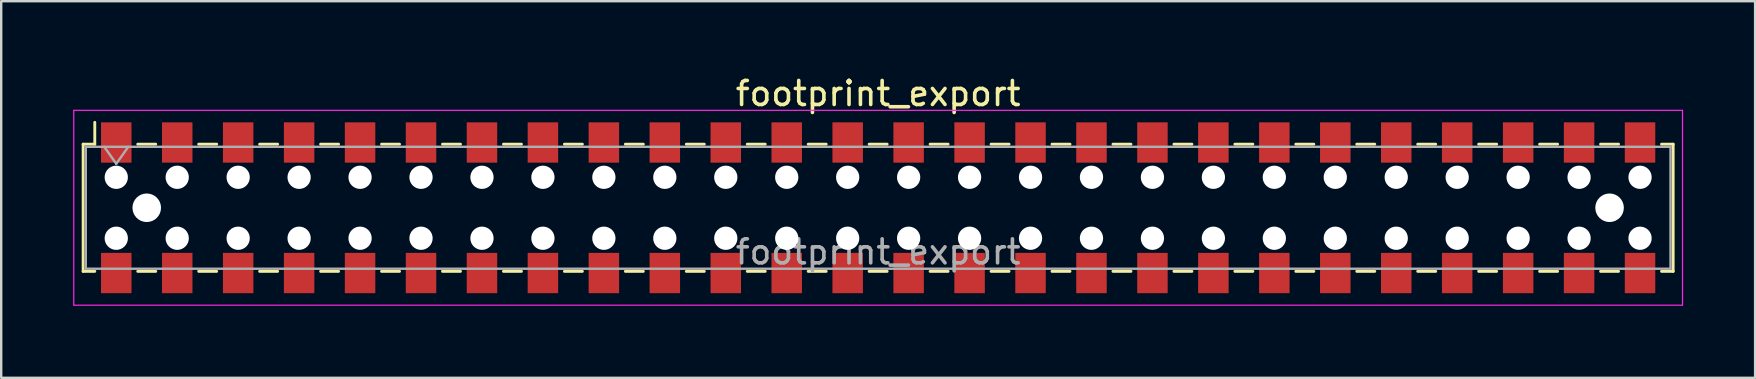
<source format=kicad_pcb>
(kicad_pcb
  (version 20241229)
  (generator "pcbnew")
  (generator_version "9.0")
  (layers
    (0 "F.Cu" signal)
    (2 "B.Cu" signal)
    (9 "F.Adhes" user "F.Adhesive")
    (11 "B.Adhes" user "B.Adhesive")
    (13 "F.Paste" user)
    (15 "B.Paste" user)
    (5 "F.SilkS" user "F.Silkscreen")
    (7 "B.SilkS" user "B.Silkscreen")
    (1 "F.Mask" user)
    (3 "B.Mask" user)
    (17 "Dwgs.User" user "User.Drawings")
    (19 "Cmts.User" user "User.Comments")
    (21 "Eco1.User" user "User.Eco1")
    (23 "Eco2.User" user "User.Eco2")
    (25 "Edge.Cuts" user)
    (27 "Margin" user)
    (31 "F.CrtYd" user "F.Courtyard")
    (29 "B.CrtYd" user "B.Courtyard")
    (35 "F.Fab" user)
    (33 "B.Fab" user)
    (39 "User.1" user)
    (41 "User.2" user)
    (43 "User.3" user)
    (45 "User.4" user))
  (footprint "footprint_export"
    (layer "F.Cu")
    (at 33.545 5.608)
    (property "Reference" "footprint_export" (at 0 -4.76 0) (layer "F.SilkS") (effects (font (size 1 1) (thickness 0.15))))
    (attr smd)
    (fp_line (start -33.13 -2.65) (end -33.13 2.65) (stroke (width 0.12) (type solid)) (layer "F.SilkS"))
    (fp_line (start -33.13 2.65) (end -32.645 2.65) (stroke (width 0.12) (type solid)) (layer "F.SilkS"))
    (fp_line (start -32.645 -3.56) (end -32.645 -2.65) (stroke (width 0.12) (type solid)) (layer "F.SilkS"))
    (fp_line (start -32.645 -2.65) (end -33.13 -2.65) (stroke (width 0.12) (type solid)) (layer "F.SilkS"))
    (fp_line (start -30.855 -2.65) (end -30.105 -2.65) (stroke (width 0.12) (type solid)) (layer "F.SilkS"))
    (fp_line (start -30.855 2.65) (end -30.105 2.65) (stroke (width 0.12) (type solid)) (layer "F.SilkS"))
    (fp_line (start -28.315 -2.65) (end -27.565 -2.65) (stroke (width 0.12) (type solid)) (layer "F.SilkS"))
    (fp_line (start -28.315 2.65) (end -27.565 2.65) (stroke (width 0.12) (type solid)) (layer "F.SilkS"))
    (fp_line (start -25.775 -2.65) (end -25.025 -2.65) (stroke (width 0.12) (type solid)) (layer "F.SilkS"))
    (fp_line (start -25.775 2.65) (end -25.025 2.65) (stroke (width 0.12) (type solid)) (layer "F.SilkS"))
    (fp_line (start -23.235 -2.65) (end -22.485 -2.65) (stroke (width 0.12) (type solid)) (layer "F.SilkS"))
    (fp_line (start -23.235 2.65) (end -22.485 2.65) (stroke (width 0.12) (type solid)) (layer "F.SilkS"))
    (fp_line (start -20.695 -2.65) (end -19.945 -2.65) (stroke (width 0.12) (type solid)) (layer "F.SilkS"))
    (fp_line (start -20.695 2.65) (end -19.945 2.65) (stroke (width 0.12) (type solid)) (layer "F.SilkS"))
    (fp_line (start -18.155 -2.65) (end -17.405 -2.65) (stroke (width 0.12) (type solid)) (layer "F.SilkS"))
    (fp_line (start -18.155 2.65) (end -17.405 2.65) (stroke (width 0.12) (type solid)) (layer "F.SilkS"))
    (fp_line (start -15.615 -2.65) (end -14.865 -2.65) (stroke (width 0.12) (type solid)) (layer "F.SilkS"))
    (fp_line (start -15.615 2.65) (end -14.865 2.65) (stroke (width 0.12) (type solid)) (layer "F.SilkS"))
    (fp_line (start -13.075 -2.65) (end -12.325 -2.65) (stroke (width 0.12) (type solid)) (layer "F.SilkS"))
    (fp_line (start -13.075 2.65) (end -12.325 2.65) (stroke (width 0.12) (type solid)) (layer "F.SilkS"))
    (fp_line (start -10.535 -2.65) (end -9.785 -2.65) (stroke (width 0.12) (type solid)) (layer "F.SilkS"))
    (fp_line (start -10.535 2.65) (end -9.785 2.65) (stroke (width 0.12) (type solid)) (layer "F.SilkS"))
    (fp_line (start -7.995 -2.65) (end -7.245 -2.65) (stroke (width 0.12) (type solid)) (layer "F.SilkS"))
    (fp_line (start -7.995 2.65) (end -7.245 2.65) (stroke (width 0.12) (type solid)) (layer "F.SilkS"))
    (fp_line (start -5.455 -2.65) (end -4.705 -2.65) (stroke (width 0.12) (type solid)) (layer "F.SilkS"))
    (fp_line (start -5.455 2.65) (end -4.705 2.65) (stroke (width 0.12) (type solid)) (layer "F.SilkS"))
    (fp_line (start -2.915 -2.65) (end -2.165 -2.65) (stroke (width 0.12) (type solid)) (layer "F.SilkS"))
    (fp_line (start -2.915 2.65) (end -2.165 2.65) (stroke (width 0.12) (type solid)) (layer "F.SilkS"))
    (fp_line (start -0.375 -2.65) (end 0.375 -2.65) (stroke (width 0.12) (type solid)) (layer "F.SilkS"))
    (fp_line (start -0.375 2.65) (end 0.375 2.65) (stroke (width 0.12) (type solid)) (layer "F.SilkS"))
    (fp_line (start 2.165 -2.65) (end 2.915 -2.65) (stroke (width 0.12) (type solid)) (layer "F.SilkS"))
    (fp_line (start 2.165 2.65) (end 2.915 2.65) (stroke (width 0.12) (type solid)) (layer "F.SilkS"))
    (fp_line (start 4.705 -2.65) (end 5.455 -2.65) (stroke (width 0.12) (type solid)) (layer "F.SilkS"))
    (fp_line (start 4.705 2.65) (end 5.455 2.65) (stroke (width 0.12) (type solid)) (layer "F.SilkS"))
    (fp_line (start 7.245 -2.65) (end 7.995 -2.65) (stroke (width 0.12) (type solid)) (layer "F.SilkS"))
    (fp_line (start 7.245 2.65) (end 7.995 2.65) (stroke (width 0.12) (type solid)) (layer "F.SilkS"))
    (fp_line (start 9.785 -2.65) (end 10.535 -2.65) (stroke (width 0.12) (type solid)) (layer "F.SilkS"))
    (fp_line (start 9.785 2.65) (end 10.535 2.65) (stroke (width 0.12) (type solid)) (layer "F.SilkS"))
    (fp_line (start 12.325 -2.65) (end 13.075 -2.65) (stroke (width 0.12) (type solid)) (layer "F.SilkS"))
    (fp_line (start 12.325 2.65) (end 13.075 2.65) (stroke (width 0.12) (type solid)) (layer "F.SilkS"))
    (fp_line (start 14.865 -2.65) (end 15.615 -2.65) (stroke (width 0.12) (type solid)) (layer "F.SilkS"))
    (fp_line (start 14.865 2.65) (end 15.615 2.65) (stroke (width 0.12) (type solid)) (layer "F.SilkS"))
    (fp_line (start 17.405 -2.65) (end 18.155 -2.65) (stroke (width 0.12) (type solid)) (layer "F.SilkS"))
    (fp_line (start 17.405 2.65) (end 18.155 2.65) (stroke (width 0.12) (type solid)) (layer "F.SilkS"))
    (fp_line (start 19.945 -2.65) (end 20.695 -2.65) (stroke (width 0.12) (type solid)) (layer "F.SilkS"))
    (fp_line (start 19.945 2.65) (end 20.695 2.65) (stroke (width 0.12) (type solid)) (layer "F.SilkS"))
    (fp_line (start 22.485 -2.65) (end 23.235 -2.65) (stroke (width 0.12) (type solid)) (layer "F.SilkS"))
    (fp_line (start 22.485 2.65) (end 23.235 2.65) (stroke (width 0.12) (type solid)) (layer "F.SilkS"))
    (fp_line (start 25.025 -2.65) (end 25.775 -2.65) (stroke (width 0.12) (type solid)) (layer "F.SilkS"))
    (fp_line (start 25.025 2.65) (end 25.775 2.65) (stroke (width 0.12) (type solid)) (layer "F.SilkS"))
    (fp_line (start 27.565 -2.65) (end 28.315 -2.65) (stroke (width 0.12) (type solid)) (layer "F.SilkS"))
    (fp_line (start 27.565 2.65) (end 28.315 2.65) (stroke (width 0.12) (type solid)) (layer "F.SilkS"))
    (fp_line (start 30.105 -2.65) (end 30.855 -2.65) (stroke (width 0.12) (type solid)) (layer "F.SilkS"))
    (fp_line (start 30.105 2.65) (end 30.855 2.65) (stroke (width 0.12) (type solid)) (layer "F.SilkS"))
    (fp_line (start 32.645 -2.65) (end 33.13 -2.65) (stroke (width 0.12) (type solid)) (layer "F.SilkS"))
    (fp_line (start 33.13 -2.65) (end 33.13 2.65) (stroke (width 0.12) (type solid)) (layer "F.SilkS"))
    (fp_line (start 33.13 2.65) (end 32.645 2.65) (stroke (width 0.12) (type solid)) (layer "F.SilkS"))
    (fp_line (start -33.52 -4.06) (end 33.52 -4.06) (stroke (width 0.05) (type solid)) (layer "F.CrtYd"))
    (fp_line (start -33.52 4.06) (end -33.52 -4.06) (stroke (width 0.05) (type solid)) (layer "F.CrtYd"))
    (fp_line (start 33.52 -4.06) (end 33.52 4.06) (stroke (width 0.05) (type solid)) (layer "F.CrtYd"))
    (fp_line (start 33.52 4.06) (end -33.52 4.06) (stroke (width 0.05) (type solid)) (layer "F.CrtYd"))
    (fp_line (start -33.02 -2.54) (end 33.02 -2.54) (stroke (width 0.1) (type solid)) (layer "F.Fab"))
    (fp_line (start -33.02 2.54) (end -33.02 -2.54) (stroke (width 0.1) (type solid)) (layer "F.Fab"))
    (fp_line (start -32.25 -2.54) (end -31.75 -1.833) (stroke (width 0.1) (type solid)) (layer "F.Fab"))
    (fp_line (start -31.75 -1.833) (end -31.25 -2.54) (stroke (width 0.1) (type solid)) (layer "F.Fab"))
    (fp_line (start 33.02 -2.54) (end 33.02 2.54) (stroke (width 0.1) (type solid)) (layer "F.Fab"))
    (fp_line (start 33.02 2.54) (end -33.02 2.54) (stroke (width 0.1) (type solid)) (layer "F.Fab"))
    (fp_text user "${REFERENCE}" (at 0 1.84 0) (layer "F.Fab") (effects (font (size 1 1) (thickness 0.15))))
    (pad "" np_thru_hole circle (at -31.75 -1.27) (size 0.97 0.97) (drill 0.97) (layers "*.Cu" "*.Mask"))
    (pad "" np_thru_hole circle (at -31.75 1.27) (size 0.97 0.97) (drill 0.97) (layers "*.Cu" "*.Mask"))
    (pad "" np_thru_hole circle (at -30.48 0) (size 1.19 1.19) (drill 1.19) (layers "*.Cu" "*.Mask"))
    (pad "" np_thru_hole circle (at -29.21 -1.27) (size 0.97 0.97) (drill 0.97) (layers "*.Cu" "*.Mask"))
    (pad "" np_thru_hole circle (at -29.21 1.27) (size 0.97 0.97) (drill 0.97) (layers "*.Cu" "*.Mask"))
    (pad "" np_thru_hole circle (at -26.67 -1.27) (size 0.97 0.97) (drill 0.97) (layers "*.Cu" "*.Mask"))
    (pad "" np_thru_hole circle (at -26.67 1.27) (size 0.97 0.97) (drill 0.97) (layers "*.Cu" "*.Mask"))
    (pad "" np_thru_hole circle (at -24.13 -1.27) (size 0.97 0.97) (drill 0.97) (layers "*.Cu" "*.Mask"))
    (pad "" np_thru_hole circle (at -24.13 1.27) (size 0.97 0.97) (drill 0.97) (layers "*.Cu" "*.Mask"))
    (pad "" np_thru_hole circle (at -21.59 -1.27) (size 0.97 0.97) (drill 0.97) (layers "*.Cu" "*.Mask"))
    (pad "" np_thru_hole circle (at -21.59 1.27) (size 0.97 0.97) (drill 0.97) (layers "*.Cu" "*.Mask"))
    (pad "" np_thru_hole circle (at -19.05 -1.27) (size 0.97 0.97) (drill 0.97) (layers "*.Cu" "*.Mask"))
    (pad "" np_thru_hole circle (at -19.05 1.27) (size 0.97 0.97) (drill 0.97) (layers "*.Cu" "*.Mask"))
    (pad "" np_thru_hole circle (at -16.51 -1.27) (size 0.97 0.97) (drill 0.97) (layers "*.Cu" "*.Mask"))
    (pad "" np_thru_hole circle (at -16.51 1.27) (size 0.97 0.97) (drill 0.97) (layers "*.Cu" "*.Mask"))
    (pad "" np_thru_hole circle (at -13.97 -1.27) (size 0.97 0.97) (drill 0.97) (layers "*.Cu" "*.Mask"))
    (pad "" np_thru_hole circle (at -13.97 1.27) (size 0.97 0.97) (drill 0.97) (layers "*.Cu" "*.Mask"))
    (pad "" np_thru_hole circle (at -11.43 -1.27) (size 0.97 0.97) (drill 0.97) (layers "*.Cu" "*.Mask"))
    (pad "" np_thru_hole circle (at -11.43 1.27) (size 0.97 0.97) (drill 0.97) (layers "*.Cu" "*.Mask"))
    (pad "" np_thru_hole circle (at -8.89 -1.27) (size 0.97 0.97) (drill 0.97) (layers "*.Cu" "*.Mask"))
    (pad "" np_thru_hole circle (at -8.89 1.27) (size 0.97 0.97) (drill 0.97) (layers "*.Cu" "*.Mask"))
    (pad "" np_thru_hole circle (at -6.35 -1.27) (size 0.97 0.97) (drill 0.97) (layers "*.Cu" "*.Mask"))
    (pad "" np_thru_hole circle (at -6.35 1.27) (size 0.97 0.97) (drill 0.97) (layers "*.Cu" "*.Mask"))
    (pad "" np_thru_hole circle (at -3.81 -1.27) (size 0.97 0.97) (drill 0.97) (layers "*.Cu" "*.Mask"))
    (pad "" np_thru_hole circle (at -3.81 1.27) (size 0.97 0.97) (drill 0.97) (layers "*.Cu" "*.Mask"))
    (pad "" np_thru_hole circle (at -1.27 -1.27) (size 0.97 0.97) (drill 0.97) (layers "*.Cu" "*.Mask"))
    (pad "" np_thru_hole circle (at -1.27 1.27) (size 0.97 0.97) (drill 0.97) (layers "*.Cu" "*.Mask"))
    (pad "" np_thru_hole circle (at 1.27 -1.27) (size 0.97 0.97) (drill 0.97) (layers "*.Cu" "*.Mask"))
    (pad "" np_thru_hole circle (at 1.27 1.27) (size 0.97 0.97) (drill 0.97) (layers "*.Cu" "*.Mask"))
    (pad "" np_thru_hole circle (at 3.81 -1.27) (size 0.97 0.97) (drill 0.97) (layers "*.Cu" "*.Mask"))
    (pad "" np_thru_hole circle (at 3.81 1.27) (size 0.97 0.97) (drill 0.97) (layers "*.Cu" "*.Mask"))
    (pad "" np_thru_hole circle (at 6.35 -1.27) (size 0.97 0.97) (drill 0.97) (layers "*.Cu" "*.Mask"))
    (pad "" np_thru_hole circle (at 6.35 1.27) (size 0.97 0.97) (drill 0.97) (layers "*.Cu" "*.Mask"))
    (pad "" np_thru_hole circle (at 8.89 -1.27) (size 0.97 0.97) (drill 0.97) (layers "*.Cu" "*.Mask"))
    (pad "" np_thru_hole circle (at 8.89 1.27) (size 0.97 0.97) (drill 0.97) (layers "*.Cu" "*.Mask"))
    (pad "" np_thru_hole circle (at 11.43 -1.27) (size 0.97 0.97) (drill 0.97) (layers "*.Cu" "*.Mask"))
    (pad "" np_thru_hole circle (at 11.43 1.27) (size 0.97 0.97) (drill 0.97) (layers "*.Cu" "*.Mask"))
    (pad "" np_thru_hole circle (at 13.97 -1.27) (size 0.97 0.97) (drill 0.97) (layers "*.Cu" "*.Mask"))
    (pad "" np_thru_hole circle (at 13.97 1.27) (size 0.97 0.97) (drill 0.97) (layers "*.Cu" "*.Mask"))
    (pad "" np_thru_hole circle (at 16.51 -1.27) (size 0.97 0.97) (drill 0.97) (layers "*.Cu" "*.Mask"))
    (pad "" np_thru_hole circle (at 16.51 1.27) (size 0.97 0.97) (drill 0.97) (layers "*.Cu" "*.Mask"))
    (pad "" np_thru_hole circle (at 19.05 -1.27) (size 0.97 0.97) (drill 0.97) (layers "*.Cu" "*.Mask"))
    (pad "" np_thru_hole circle (at 19.05 1.27) (size 0.97 0.97) (drill 0.97) (layers "*.Cu" "*.Mask"))
    (pad "" np_thru_hole circle (at 21.59 -1.27) (size 0.97 0.97) (drill 0.97) (layers "*.Cu" "*.Mask"))
    (pad "" np_thru_hole circle (at 21.59 1.27) (size 0.97 0.97) (drill 0.97) (layers "*.Cu" "*.Mask"))
    (pad "" np_thru_hole circle (at 24.13 -1.27) (size 0.97 0.97) (drill 0.97) (layers "*.Cu" "*.Mask"))
    (pad "" np_thru_hole circle (at 24.13 1.27) (size 0.97 0.97) (drill 0.97) (layers "*.Cu" "*.Mask"))
    (pad "" np_thru_hole circle (at 26.67 -1.27) (size 0.97 0.97) (drill 0.97) (layers "*.Cu" "*.Mask"))
    (pad "" np_thru_hole circle (at 26.67 1.27) (size 0.97 0.97) (drill 0.97) (layers "*.Cu" "*.Mask"))
    (pad "" np_thru_hole circle (at 29.21 -1.27) (size 0.97 0.97) (drill 0.97) (layers "*.Cu" "*.Mask"))
    (pad "" np_thru_hole circle (at 29.21 1.27) (size 0.97 0.97) (drill 0.97) (layers "*.Cu" "*.Mask"))
    (pad "" np_thru_hole circle (at 30.48 0) (size 1.19 1.19) (drill 1.19) (layers "*.Cu" "*.Mask"))
    (pad "" np_thru_hole circle (at 31.75 -1.27) (size 0.97 0.97) (drill 0.97) (layers "*.Cu" "*.Mask"))
    (pad "" np_thru_hole circle (at 31.75 1.27) (size 0.97 0.97) (drill 0.97) (layers "*.Cu" "*.Mask"))
    (pad "1" smd rect (at -31.75 -2.72) (size 1.27 1.68) (layers "F.Cu" "F.Mask" "F.Paste"))
    (pad "2" smd rect (at -31.75 2.72) (size 1.27 1.68) (layers "F.Cu" "F.Mask" "F.Paste"))
    (pad "3" smd rect (at -29.21 -2.72) (size 1.27 1.68) (layers "F.Cu" "F.Mask" "F.Paste"))
    (pad "4" smd rect (at -29.21 2.72) (size 1.27 1.68) (layers "F.Cu" "F.Mask" "F.Paste"))
    (pad "5" smd rect (at -26.67 -2.72) (size 1.27 1.68) (layers "F.Cu" "F.Mask" "F.Paste"))
    (pad "6" smd rect (at -26.67 2.72) (size 1.27 1.68) (layers "F.Cu" "F.Mask" "F.Paste"))
    (pad "7" smd rect (at -24.13 -2.72) (size 1.27 1.68) (layers "F.Cu" "F.Mask" "F.Paste"))
    (pad "8" smd rect (at -24.13 2.72) (size 1.27 1.68) (layers "F.Cu" "F.Mask" "F.Paste"))
    (pad "9" smd rect (at -21.59 -2.72) (size 1.27 1.68) (layers "F.Cu" "F.Mask" "F.Paste"))
    (pad "10" smd rect (at -21.59 2.72) (size 1.27 1.68) (layers "F.Cu" "F.Mask" "F.Paste"))
    (pad "11" smd rect (at -19.05 -2.72) (size 1.27 1.68) (layers "F.Cu" "F.Mask" "F.Paste"))
    (pad "12" smd rect (at -19.05 2.72) (size 1.27 1.68) (layers "F.Cu" "F.Mask" "F.Paste"))
    (pad "13" smd rect (at -16.51 -2.72) (size 1.27 1.68) (layers "F.Cu" "F.Mask" "F.Paste"))
    (pad "14" smd rect (at -16.51 2.72) (size 1.27 1.68) (layers "F.Cu" "F.Mask" "F.Paste"))
    (pad "15" smd rect (at -13.97 -2.72) (size 1.27 1.68) (layers "F.Cu" "F.Mask" "F.Paste"))
    (pad "16" smd rect (at -13.97 2.72) (size 1.27 1.68) (layers "F.Cu" "F.Mask" "F.Paste"))
    (pad "17" smd rect (at -11.43 -2.72) (size 1.27 1.68) (layers "F.Cu" "F.Mask" "F.Paste"))
    (pad "18" smd rect (at -11.43 2.72) (size 1.27 1.68) (layers "F.Cu" "F.Mask" "F.Paste"))
    (pad "19" smd rect (at -8.89 -2.72) (size 1.27 1.68) (layers "F.Cu" "F.Mask" "F.Paste"))
    (pad "20" smd rect (at -8.89 2.72) (size 1.27 1.68) (layers "F.Cu" "F.Mask" "F.Paste"))
    (pad "21" smd rect (at -6.35 -2.72) (size 1.27 1.68) (layers "F.Cu" "F.Mask" "F.Paste"))
    (pad "22" smd rect (at -6.35 2.72) (size 1.27 1.68) (layers "F.Cu" "F.Mask" "F.Paste"))
    (pad "23" smd rect (at -3.81 -2.72) (size 1.27 1.68) (layers "F.Cu" "F.Mask" "F.Paste"))
    (pad "24" smd rect (at -3.81 2.72) (size 1.27 1.68) (layers "F.Cu" "F.Mask" "F.Paste"))
    (pad "25" smd rect (at -1.27 -2.72) (size 1.27 1.68) (layers "F.Cu" "F.Mask" "F.Paste"))
    (pad "26" smd rect (at -1.27 2.72) (size 1.27 1.68) (layers "F.Cu" "F.Mask" "F.Paste"))
    (pad "27" smd rect (at 1.27 -2.72) (size 1.27 1.68) (layers "F.Cu" "F.Mask" "F.Paste"))
    (pad "28" smd rect (at 1.27 2.72) (size 1.27 1.68) (layers "F.Cu" "F.Mask" "F.Paste"))
    (pad "29" smd rect (at 3.81 -2.72) (size 1.27 1.68) (layers "F.Cu" "F.Mask" "F.Paste"))
    (pad "30" smd rect (at 3.81 2.72) (size 1.27 1.68) (layers "F.Cu" "F.Mask" "F.Paste"))
    (pad "31" smd rect (at 6.35 -2.72) (size 1.27 1.68) (layers "F.Cu" "F.Mask" "F.Paste"))
    (pad "32" smd rect (at 6.35 2.72) (size 1.27 1.68) (layers "F.Cu" "F.Mask" "F.Paste"))
    (pad "33" smd rect (at 8.89 -2.72) (size 1.27 1.68) (layers "F.Cu" "F.Mask" "F.Paste"))
    (pad "34" smd rect (at 8.89 2.72) (size 1.27 1.68) (layers "F.Cu" "F.Mask" "F.Paste"))
    (pad "35" smd rect (at 11.43 -2.72) (size 1.27 1.68) (layers "F.Cu" "F.Mask" "F.Paste"))
    (pad "36" smd rect (at 11.43 2.72) (size 1.27 1.68) (layers "F.Cu" "F.Mask" "F.Paste"))
    (pad "37" smd rect (at 13.97 -2.72) (size 1.27 1.68) (layers "F.Cu" "F.Mask" "F.Paste"))
    (pad "38" smd rect (at 13.97 2.72) (size 1.27 1.68) (layers "F.Cu" "F.Mask" "F.Paste"))
    (pad "39" smd rect (at 16.51 -2.72) (size 1.27 1.68) (layers "F.Cu" "F.Mask" "F.Paste"))
    (pad "40" smd rect (at 16.51 2.72) (size 1.27 1.68) (layers "F.Cu" "F.Mask" "F.Paste"))
    (pad "41" smd rect (at 19.05 -2.72) (size 1.27 1.68) (layers "F.Cu" "F.Mask" "F.Paste"))
    (pad "42" smd rect (at 19.05 2.72) (size 1.27 1.68) (layers "F.Cu" "F.Mask" "F.Paste"))
    (pad "43" smd rect (at 21.59 -2.72) (size 1.27 1.68) (layers "F.Cu" "F.Mask" "F.Paste"))
    (pad "44" smd rect (at 21.59 2.72) (size 1.27 1.68) (layers "F.Cu" "F.Mask" "F.Paste"))
    (pad "45" smd rect (at 24.13 -2.72) (size 1.27 1.68) (layers "F.Cu" "F.Mask" "F.Paste"))
    (pad "46" smd rect (at 24.13 2.72) (size 1.27 1.68) (layers "F.Cu" "F.Mask" "F.Paste"))
    (pad "47" smd rect (at 26.67 -2.72) (size 1.27 1.68) (layers "F.Cu" "F.Mask" "F.Paste"))
    (pad "48" smd rect (at 26.67 2.72) (size 1.27 1.68) (layers "F.Cu" "F.Mask" "F.Paste"))
    (pad "49" smd rect (at 29.21 -2.72) (size 1.27 1.68) (layers "F.Cu" "F.Mask" "F.Paste"))
    (pad "50" smd rect (at 29.21 2.72) (size 1.27 1.68) (layers "F.Cu" "F.Mask" "F.Paste"))
    (pad "51" smd rect (at 31.75 -2.72) (size 1.27 1.68) (layers "F.Cu" "F.Mask" "F.Paste"))
    (pad "52" smd rect (at 31.75 2.72) (size 1.27 1.68) (layers "F.Cu" "F.Mask" "F.Paste")))
  (gr_rect
    (start -3 -3)
    (end 70.09 12.693)
    (stroke (width 0.1) (type default))
    (fill no)
    (layer "Edge.Cuts")))
</source>
